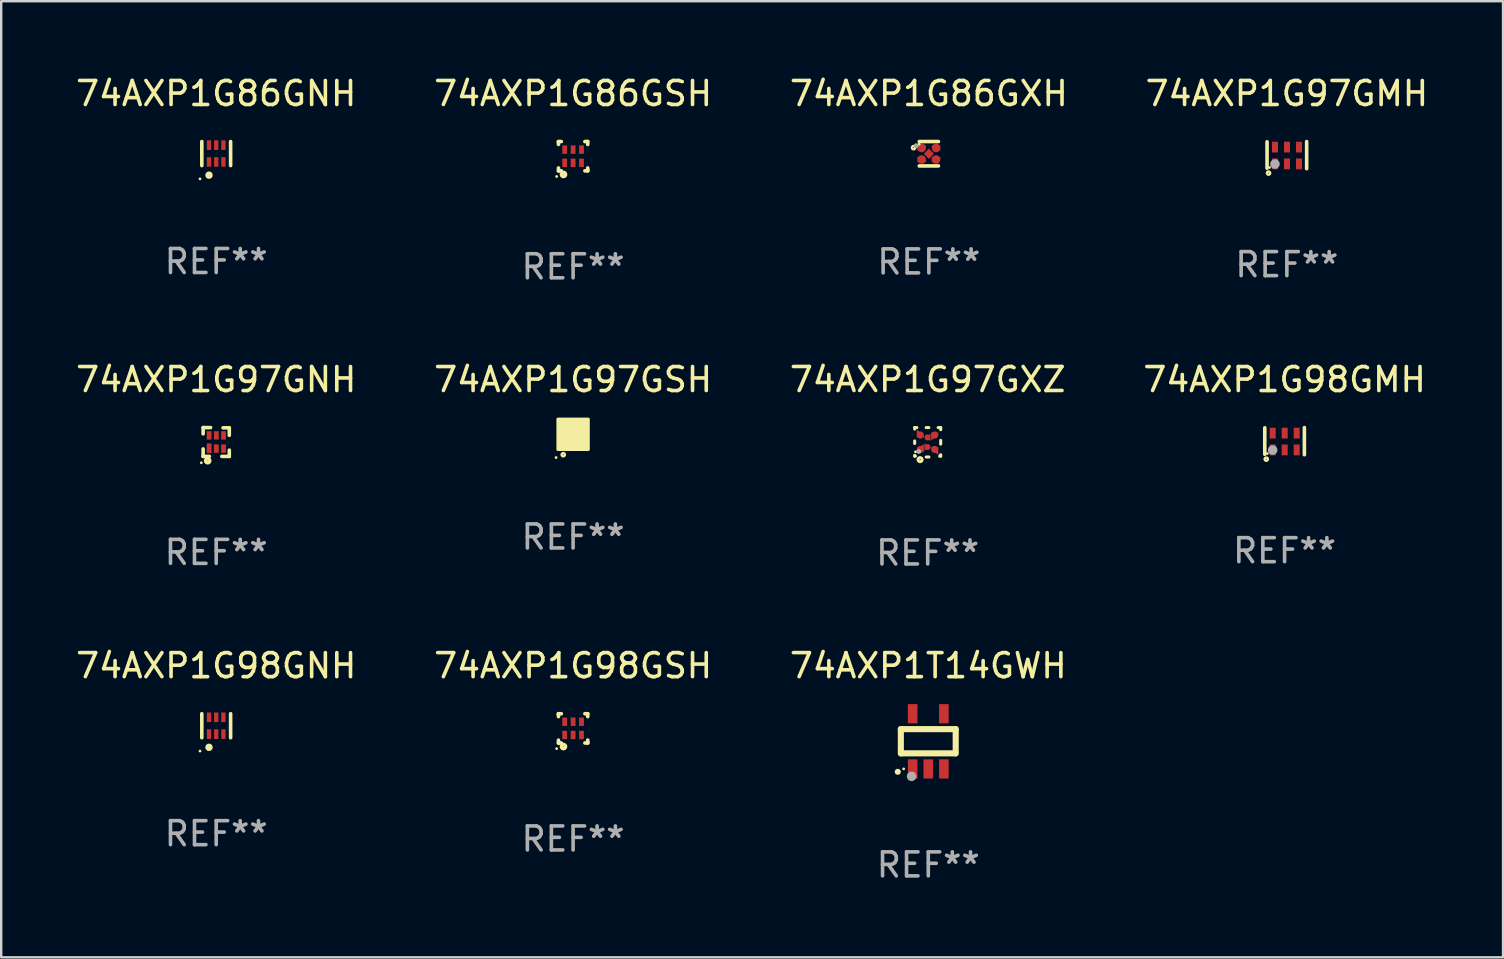
<source format=kicad_pcb>
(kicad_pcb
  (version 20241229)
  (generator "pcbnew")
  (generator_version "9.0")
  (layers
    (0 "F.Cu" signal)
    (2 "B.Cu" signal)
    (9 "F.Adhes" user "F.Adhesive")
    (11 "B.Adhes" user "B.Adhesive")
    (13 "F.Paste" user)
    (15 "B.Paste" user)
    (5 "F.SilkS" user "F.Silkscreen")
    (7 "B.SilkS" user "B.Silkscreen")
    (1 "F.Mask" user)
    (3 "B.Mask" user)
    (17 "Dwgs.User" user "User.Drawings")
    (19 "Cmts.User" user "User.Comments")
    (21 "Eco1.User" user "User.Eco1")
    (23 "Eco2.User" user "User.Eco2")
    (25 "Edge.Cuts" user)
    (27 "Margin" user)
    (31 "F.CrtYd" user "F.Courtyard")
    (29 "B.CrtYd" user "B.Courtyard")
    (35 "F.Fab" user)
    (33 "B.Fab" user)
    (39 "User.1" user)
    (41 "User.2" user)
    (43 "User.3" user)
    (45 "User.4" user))
  (footprint "74AXP1G97GMH"
    (layer "F.Cu")
    (at 50.565 3.413)
    (property "Reference" "74AXP1G97GMH" (at 0 -2.565 0) (layer "F.SilkS") (effects (font (size 1 1) (thickness 0.15))))
    (attr through_hole)
    (fp_line (start -0.825 -0.555) (end -0.825 0.545) (stroke (width 0.15) (type solid)) (layer "F.SilkS"))
    (fp_line (start 0.825 -0.565) (end 0.825 0.565) (stroke (width 0.15) (type solid)) (layer "F.SilkS"))
    (fp_circle (center -0.763 0.749) (end -0.695 0.749) (stroke (width 0.1) (type solid)) (fill no) (layer "F.SilkS"))
    (fp_circle (center -0.72 0.515) (end -0.69 0.515) (stroke (width 0.06) (type solid)) (fill no) (layer "F.SilkS"))
    (fp_circle (center -0.496 0.371) (end -0.396 0.371) (stroke (width 0.2) (type solid)) (fill no) (layer "F.Fab"))
    (fp_text user "REF**" (at 0 4.565 0) (layer "F.Fab") (effects (font (size 1 1) (thickness 0.15))))
    (pad "1" smd rect (at -0.495 0.365) (size 0.25 0.45) (layers "F.Cu" "F.Mask" "F.Paste"))
    (pad "2" smd rect (at 0.005 0.365) (size 0.25 0.45) (layers "F.Cu" "F.Mask" "F.Paste"))
    (pad "3" smd rect (at 0.505 0.365) (size 0.25 0.45) (layers "F.Cu" "F.Mask" "F.Paste"))
    (pad "4" smd rect (at 0.505 -0.335) (size 0.25 0.45) (layers "F.Cu" "F.Mask" "F.Paste"))
    (pad "5" smd rect (at 0.005 -0.335) (size 0.25 0.45) (layers "F.Cu" "F.Mask" "F.Paste"))
    (pad "6" smd rect (at -0.495 -0.335) (size 0.25 0.45) (layers "F.Cu" "F.Mask" "F.Paste")))
  (footprint "74AXP1G97GNH"
    (layer "F.Cu")
    (at 5.958 15.365)
    (property "Reference" "74AXP1G97GNH" (at 0 -2.6 0) (layer "F.SilkS") (effects (font (size 1 1) (thickness 0.15))))
    (attr through_hole)
    (fp_line (start -0.545 -0.6) (end -0.235 -0.6) (stroke (width 0.15) (type solid)) (layer "F.SilkS"))
    (fp_line (start -0.545 -0.34) (end -0.545 -0.6) (stroke (width 0.15) (type solid)) (layer "F.SilkS"))
    (fp_line (start -0.545 0.6) (end -0.545 0.29) (stroke (width 0.15) (type solid)) (layer "F.SilkS"))
    (fp_line (start -0.285 0.6) (end -0.545 0.6) (stroke (width 0.15) (type solid)) (layer "F.SilkS"))
    (fp_line (start 0.285 -0.59) (end 0.545 -0.59) (stroke (width 0.15) (type solid)) (layer "F.SilkS"))
    (fp_line (start 0.545 -0.59) (end 0.545 -0.28) (stroke (width 0.15) (type solid)) (layer "F.SilkS"))
    (fp_line (start 0.545 0.34) (end 0.545 0.6) (stroke (width 0.15) (type solid)) (layer "F.SilkS"))
    (fp_line (start 0.545 0.6) (end 0.235 0.6) (stroke (width 0.15) (type solid)) (layer "F.SilkS"))
    (fp_circle (center -0.62 0.865) (end -0.59 0.865) (stroke (width 0.06) (type solid)) (fill no) (layer "F.SilkS"))
    (fp_circle (center -0.355 0.78) (end -0.345 0.78) (stroke (width 0.15) (type solid)) (fill no) (layer "F.SilkS"))
    (fp_text user "REF**" (at 0 4.6 0) (layer "F.Fab") (effects (font (size 1 1) (thickness 0.15))))
    (pad "1" smd rect (at -0.295 0.26) (size 0.2 0.4) (layers "F.Cu" "F.Mask" "F.Paste"))
    (pad "2" smd rect (at 0.005 0.275) (size 0.2 0.35) (layers "F.Cu" "F.Mask" "F.Paste"))
    (pad "3" smd rect (at 0.305 0.275) (size 0.2 0.35) (layers "F.Cu" "F.Mask" "F.Paste"))
    (pad "4" smd rect (at 0.305 -0.275) (size 0.2 0.35) (layers "F.Cu" "F.Mask" "F.Paste"))
    (pad "5" smd rect (at 0.005 -0.275) (size 0.2 0.35) (layers "F.Cu" "F.Mask" "F.Paste"))
    (pad "6" smd rect (at -0.295 -0.275) (size 0.2 0.35) (layers "F.Cu" "F.Mask" "F.Paste")))
  (footprint "74AXP1G86GNH"
    (layer "F.Cu")
    (at 5.958 3.348)
    (property "Reference" "74AXP1G86GNH" (at 0 -2.5 0) (layer "F.SilkS") (effects (font (size 1 1) (thickness 0.15))))
    (attr through_hole)
    (fp_line (start -0.6 -0.5) (end -0.6 0.5) (stroke (width 0.15) (type solid)) (layer "F.SilkS"))
    (fp_line (start 0.6 0.5) (end 0.6 -0.5) (stroke (width 0.15) (type solid)) (layer "F.SilkS"))
    (fp_circle (center -0.675 1.055) (end -0.645 1.055) (stroke (width 0.06) (type solid)) (fill no) (layer "F.SilkS"))
    (fp_circle (center -0.3 0.9) (end -0.22 0.9) (stroke (width 0.15) (type solid)) (fill no) (layer "F.SilkS"))
    (fp_text user "REF**" (at 0 4.5 0) (layer "F.Fab") (effects (font (size 1 1) (thickness 0.15))))
    (pad "1" smd rect (at -0.3 0.35) (size 0.18 0.4) (layers "F.Cu" "F.Mask" "F.Paste"))
    (pad "2" smd rect (at 0.000025 0.35) (size 0.18 0.4) (layers "F.Cu" "F.Mask" "F.Paste"))
    (pad "3" smd rect (at 0.3 0.35) (size 0.18 0.4) (layers "F.Cu" "F.Mask" "F.Paste"))
    (pad "4" smd rect (at 0.3 -0.35) (size 0.18 0.4) (layers "F.Cu" "F.Mask" "F.Paste"))
    (pad "5" smd rect (at 0.000025 -0.35) (size 0.18 0.4) (layers "F.Cu" "F.Mask" "F.Paste"))
    (pad "6" smd rect (at -0.3 -0.35) (size 0.18 0.4) (layers "F.Cu" "F.Mask" "F.Paste")))
  (footprint "74AXP1G98GNH"
    (layer "F.Cu")
    (at 5.958 27.186)
    (property "Reference" "74AXP1G98GNH" (at 0 -2.5 0) (layer "F.SilkS") (effects (font (size 1 1) (thickness 0.15))))
    (attr through_hole)
    (fp_line (start -0.6 -0.5) (end -0.6 0.5) (stroke (width 0.15) (type solid)) (layer "F.SilkS"))
    (fp_line (start 0.6 0.5) (end 0.6 -0.5) (stroke (width 0.15) (type solid)) (layer "F.SilkS"))
    (fp_circle (center -0.675 1.055) (end -0.645 1.055) (stroke (width 0.06) (type solid)) (fill no) (layer "F.SilkS"))
    (fp_circle (center -0.3 0.9) (end -0.22 0.9) (stroke (width 0.15) (type solid)) (fill no) (layer "F.SilkS"))
    (fp_text user "REF**" (at 0 4.5 0) (layer "F.Fab") (effects (font (size 1 1) (thickness 0.15))))
    (pad "1" smd rect (at -0.3 0.35) (size 0.18 0.4) (layers "F.Cu" "F.Mask" "F.Paste"))
    (pad "2" smd rect (at 0.000025 0.35) (size 0.18 0.4) (layers "F.Cu" "F.Mask" "F.Paste"))
    (pad "3" smd rect (at 0.3 0.35) (size 0.18 0.4) (layers "F.Cu" "F.Mask" "F.Paste"))
    (pad "4" smd rect (at 0.3 -0.35) (size 0.18 0.4) (layers "F.Cu" "F.Mask" "F.Paste"))
    (pad "5" smd rect (at 0.000025 -0.35) (size 0.18 0.4) (layers "F.Cu" "F.Mask" "F.Paste"))
    (pad "6" smd rect (at -0.3 -0.35) (size 0.18 0.4) (layers "F.Cu" "F.Mask" "F.Paste")))
  (footprint "74AXP1T14GWH"
    (layer "F.Cu")
    (at 35.625 27.836)
    (property "Reference" "74AXP1T14GWH" (at 0 -3.15 0) (layer "F.SilkS") (effects (font (size 1 1) (thickness 0.15))))
    (attr through_hole)
    (fp_line (start -1.143 -0.508) (end -1.143 0.508) (stroke (width 0.254) (type solid)) (layer "F.SilkS"))
    (fp_line (start -1.1 0.5) (end 1.1 0.5) (stroke (width 0.254) (type solid)) (layer "F.SilkS"))
    (fp_line (start 1.143 -0.508) (end -1.143 -0.508) (stroke (width 0.254) (type solid)) (layer "F.SilkS"))
    (fp_line (start 1.143 0.508) (end 1.143 -0.508) (stroke (width 0.254) (type solid)) (layer "F.SilkS"))
    (fp_arc (start -1.272543 1.26999) (mid -1.271273 1.269983) (end -1.270003 1.26999) (stroke (width 0.24892) (type solid)) (layer "F.SilkS"))
    (fp_circle (center -1.024 1.149) (end -0.994 1.149) (stroke (width 0.06) (type solid)) (fill no) (layer "F.SilkS"))
    (fp_circle (center -0.695 1.459) (end -0.595 1.459) (stroke (width 0.2) (type solid)) (fill no) (layer "F.Fab"))
    (fp_text user "REF**" (at 0 5.15 0) (layer "F.Fab") (effects (font (size 1 1) (thickness 0.15))))
    (pad "1" smd rect (at -0.65 1.15) (size 0.4 0.8) (layers "F.Cu" "F.Mask" "F.Paste"))
    (pad "2" smd rect (at 0 1.15) (size 0.4 0.8) (layers "F.Cu" "F.Mask" "F.Paste"))
    (pad "3" smd rect (at 0.65 1.15) (size 0.4 0.8) (layers "F.Cu" "F.Mask" "F.Paste"))
    (pad "4" smd rect (at 0.65 -1.15) (size 0.4 0.8) (layers "F.Cu" "F.Mask" "F.Paste"))
    (pad "5" smd rect (at -0.65 -1.15) (size 0.4 0.8) (layers "F.Cu" "F.Mask" "F.Paste")))
  (footprint "74AXP1G86GXH"
    (layer "F.Cu")
    (at 35.649 3.356)
    (property "Reference" "74AXP1G86GXH" (at 0 -2.508 0) (layer "F.SilkS") (effects (font (size 1 1) (thickness 0.15))))
    (attr through_hole)
    (fp_line (start 0.4 -0.508) (end -0.4 -0.508) (stroke (width 0.15) (type solid)) (layer "F.SilkS"))
    (fp_line (start 0.4 0.508) (end -0.4 0.508) (stroke (width 0.15) (type solid)) (layer "F.SilkS"))
    (fp_circle (center -0.635 -0.254) (end -0.615 -0.254) (stroke (width 0.1) (type solid)) (fill no) (layer "F.SilkS"))
    (fp_circle (center -0.401 -0.4) (end -0.371 -0.4) (stroke (width 0.06) (type solid)) (fill no) (layer "F.SilkS"))
    (fp_circle (center -0.523 -0.337) (end -0.473 -0.337) (stroke (width 0.1) (type solid)) (fill no) (layer "F.Fab"))
    (fp_text user "REF**" (at 0 4.508 0) (layer "F.Fab") (effects (font (size 1 1) (thickness 0.15))))
    (pad "1" smd custom (at -0.3 -0.24) (size 0.36 0.22) (layers "F.Cu" "F.Mask" "F.Paste") (options (anchor circle)) (primitives (gr_poly (pts (xy -0.18 -0.11) (xy -0.18 0.11) (xy 0.000127 0.11) (xy 0.18 -0.03) (xy 0.18 -0.11) (xy -0.18 -0.11)) (width 0) (fill yes))))
    (pad "2" smd custom (at -0.3 0.24) (size 0.36 0.22) (layers "F.Cu" "F.Mask" "F.Paste") (options (anchor circle)) (primitives (gr_poly (pts (xy -0.18 0.11) (xy -0.18 -0.11) (xy 0.000127 -0.11) (xy 0.18 0.03) (xy 0.18 0.11) (xy -0.18 0.11)) (width 0) (fill yes))))
    (pad "3" smd rect (at 0.000102 -0.000127 45) (size 0.3 0.3) (layers "F.Cu" "F.Mask" "F.Paste"))
    (pad "4" smd custom (at 0.3 0.24 180) (size 0.36 0.22) (layers "F.Cu" "F.Mask" "F.Paste") (options (anchor circle)) (primitives (gr_poly (pts (xy 0.18 0.11) (xy 0.18 -0.11) (xy -0.000178 -0.11) (xy -0.18 0.03) (xy -0.18 0.11) (xy 0.18 0.11)) (width 0) (fill yes))))
    (pad "5" smd custom (at 0.3 -0.24) (size 0.36 0.22) (layers "F.Cu" "F.Mask" "F.Paste") (options (anchor circle)) (primitives (gr_poly (pts (xy 0.18 -0.11) (xy 0.18 0.11) (xy -0.000152 0.11) (xy -0.18 -0.03) (xy -0.18 -0.11) (xy 0.18 -0.11)) (width 0) (fill yes)))))
  (footprint "74AXP1G86GSH"
    (layer "F.Cu")
    (at 20.827 3.458)
    (property "Reference" "74AXP1G86GSH" (at 0 -2.61 0) (layer "F.SilkS") (effects (font (size 1 1) (thickness 0.15))))
    (attr through_hole)
    (fp_line (start -0.61 -0.61) (end -0.49 -0.61) (stroke (width 0.15) (type solid)) (layer "F.SilkS"))
    (fp_line (start -0.61 -0.58) (end -0.61 -0.61) (stroke (width 0.15) (type solid)) (layer "F.SilkS"))
    (fp_line (start -0.61 -0.49) (end -0.61 -0.58) (stroke (width 0.15) (type solid)) (layer "F.SilkS"))
    (fp_line (start -0.61 0.61) (end -0.61 0.491) (stroke (width 0.15) (type solid)) (layer "F.SilkS"))
    (fp_line (start -0.58 0.61) (end -0.61 0.61) (stroke (width 0.15) (type solid)) (layer "F.SilkS"))
    (fp_line (start -0.49 0.61) (end -0.58 0.61) (stroke (width 0.15) (type solid)) (layer "F.SilkS"))
    (fp_line (start 0.49 -0.61) (end 0.58 -0.61) (stroke (width 0.15) (type solid)) (layer "F.SilkS"))
    (fp_line (start 0.58 -0.61) (end 0.61 -0.61) (stroke (width 0.15) (type solid)) (layer "F.SilkS"))
    (fp_line (start 0.61 -0.61) (end 0.61 -0.49) (stroke (width 0.15) (type solid)) (layer "F.SilkS"))
    (fp_line (start 0.61 0.49) (end 0.61 0.58) (stroke (width 0.15) (type solid)) (layer "F.SilkS"))
    (fp_line (start 0.61 0.58) (end 0.61 0.61) (stroke (width 0.15) (type solid)) (layer "F.SilkS"))
    (fp_line (start 0.61 0.61) (end 0.491 0.61) (stroke (width 0.15) (type solid)) (layer "F.SilkS"))
    (fp_circle (center -0.685 0.845) (end -0.655 0.845) (stroke (width 0.06) (type solid)) (fill no) (layer "F.SilkS"))
    (fp_circle (center -0.4 0.76) (end -0.39 0.76) (stroke (width 0.15) (type solid)) (fill no) (layer "F.SilkS"))
    (fp_text user "REF**" (at 0 4.61 0) (layer "F.Fab") (effects (font (size 1 1) (thickness 0.15))))
    (pad "1" smd rect (at -0.35 0.275) (size 0.2 0.35) (layers "F.Cu" "F.Mask" "F.Paste"))
    (pad "2" smd rect (at -0.000038 0.275) (size 0.2 0.35) (layers "F.Cu" "F.Mask" "F.Paste"))
    (pad "3" smd rect (at 0.35 0.275) (size 0.2 0.35) (layers "F.Cu" "F.Mask" "F.Paste"))
    (pad "4" smd rect (at 0.35 -0.275) (size 0.2 0.35) (layers "F.Cu" "F.Mask" "F.Paste"))
    (pad "5" smd rect (at -0.000038 -0.275) (size 0.2 0.35) (layers "F.Cu" "F.Mask" "F.Paste"))
    (pad "6" smd rect (at -0.35 -0.275) (size 0.2 0.35) (layers "F.Cu" "F.Mask" "F.Paste")))
  (footprint "74AXP1G98GMH"
    (layer "F.Cu")
    (at 50.47 15.33)
    (property "Reference" "74AXP1G98GMH" (at 0 -2.565 0) (layer "F.SilkS") (effects (font (size 1 1) (thickness 0.15))))
    (attr through_hole)
    (fp_line (start -0.825 -0.555) (end -0.825 0.545) (stroke (width 0.15) (type solid)) (layer "F.SilkS"))
    (fp_line (start 0.825 -0.565) (end 0.825 0.565) (stroke (width 0.15) (type solid)) (layer "F.SilkS"))
    (fp_circle (center -0.763 0.749) (end -0.695 0.749) (stroke (width 0.1) (type solid)) (fill no) (layer "F.SilkS"))
    (fp_circle (center -0.72 0.515) (end -0.69 0.515) (stroke (width 0.06) (type solid)) (fill no) (layer "F.SilkS"))
    (fp_circle (center -0.496 0.371) (end -0.396 0.371) (stroke (width 0.2) (type solid)) (fill no) (layer "F.Fab"))
    (fp_text user "REF**" (at 0 4.565 0) (layer "F.Fab") (effects (font (size 1 1) (thickness 0.15))))
    (pad "1" smd rect (at -0.495 0.365) (size 0.25 0.45) (layers "F.Cu" "F.Mask" "F.Paste"))
    (pad "2" smd rect (at 0.005 0.365) (size 0.25 0.45) (layers "F.Cu" "F.Mask" "F.Paste"))
    (pad "3" smd rect (at 0.505 0.365) (size 0.25 0.45) (layers "F.Cu" "F.Mask" "F.Paste"))
    (pad "4" smd rect (at 0.505 -0.335) (size 0.25 0.45) (layers "F.Cu" "F.Mask" "F.Paste"))
    (pad "5" smd rect (at 0.005 -0.335) (size 0.25 0.45) (layers "F.Cu" "F.Mask" "F.Paste"))
    (pad "6" smd rect (at -0.495 -0.335) (size 0.25 0.45) (layers "F.Cu" "F.Mask" "F.Paste")))
  (footprint "74AXP1G97GSH"
    (layer "F.Cu")
    (at 20.827 15.045)
    (property "Reference" "74AXP1G97GSH" (at 0 -2.28 0) (layer "F.SilkS") (effects (font (size 1 1) (thickness 0.15))))
    (attr through_hole)
    (fp_circle (center -0.71 0.968) (end -0.68 0.968) (stroke (width 0.06) (type solid)) (fill no) (layer "F.SilkS"))
    (fp_circle (center -0.41 0.85) (end -0.342 0.85) (stroke (width 0.1) (type solid)) (fill no) (layer "F.SilkS"))
    (fp_poly (pts (xy -0.635 -0.635) (xy 0.635 -0.635) (xy 0.635 0.635) (xy -0.635 0.635)) (stroke (width 0.12) (type solid)) (fill yes) (layer "F.SilkS"))
    (fp_text user "REF**" (at 0 4.28 0) (layer "F.Fab") (effects (font (size 1 1) (thickness 0.15))))
    (pad "1" smd rect (at -0.35 0.28 90) (size 0.35 0.2) (layers "F.Cu" "F.Mask" "F.Paste"))
    (pad "2" smd rect (at 0 0.28 90) (size 0.35 0.2) (layers "F.Cu" "F.Mask" "F.Paste"))
    (pad "3" smd rect (at 0.35 0.28 90) (size 0.35 0.2) (layers "F.Cu" "F.Mask" "F.Paste"))
    (pad "4" smd rect (at 0.35 -0.28 90) (size 0.35 0.2) (layers "F.Cu" "F.Mask" "F.Paste"))
    (pad "5" smd rect (at 0 -0.28 90) (size 0.35 0.2) (layers "F.Cu" "F.Mask" "F.Paste"))
    (pad "6" smd rect (at -0.35 -0.28 90) (size 0.35 0.2) (layers "F.Cu" "F.Mask" "F.Paste")))
  (footprint "74AXP1G97GXZ"
    (layer "F.Cu")
    (at 35.601 15.377)
    (property "Reference" "74AXP1G97GXZ" (at 0 -2.613 0) (layer "F.SilkS") (effects (font (size 1 1) (thickness 0.15))))
    (attr through_hole)
    (fp_line (start -0.542 -0.613) (end -0.451 -0.613) (stroke (width 0.127) (type solid)) (layer "F.SilkS"))
    (fp_line (start -0.542 -0.55) (end -0.542 -0.613) (stroke (width 0.127) (type solid)) (layer "F.SilkS"))
    (fp_line (start -0.542 0.05) (end -0.542 -0.055) (stroke (width 0.127) (type solid)) (layer "F.SilkS"))
    (fp_line (start -0.542 0.577) (end -0.542 0.545) (stroke (width 0.127) (type solid)) (layer "F.SilkS"))
    (fp_line (start -0.512 0.577) (end -0.542 0.577) (stroke (width 0.127) (type solid)) (layer "F.SilkS"))
    (fp_line (start -0.064 -0.613) (end 0.049 -0.613) (stroke (width 0.127) (type solid)) (layer "F.SilkS"))
    (fp_line (start -0.062 0.613) (end 0.051 0.613) (stroke (width 0.127) (type solid)) (layer "F.SilkS"))
    (fp_line (start 0.436 -0.613) (end 0.542 -0.613) (stroke (width 0.127) (type solid)) (layer "F.SilkS"))
    (fp_line (start 0.542 -0.613) (end 0.542 -0.524) (stroke (width 0.127) (type solid)) (layer "F.SilkS"))
    (fp_line (start 0.542 -0.081) (end 0.542 0.076) (stroke (width 0.127) (type solid)) (layer "F.SilkS"))
    (fp_line (start 0.542 0.519) (end 0.542 0.577) (stroke (width 0.127) (type solid)) (layer "F.SilkS"))
    (fp_line (start 0.542 0.577) (end 0.497 0.577) (stroke (width 0.127) (type solid)) (layer "F.SilkS"))
    (fp_circle (center -0.508 0.397) (end -0.478 0.397) (stroke (width 0.06) (type solid)) (fill no) (layer "F.SilkS"))
    (fp_circle (center -0.317 0.723) (end -0.296 0.723) (stroke (width 0.127) (type solid)) (fill no) (layer "F.SilkS"))
    (fp_circle (center -0.373 0.382) (end -0.322 0.382) (stroke (width 0.1) (type solid)) (fill no) (layer "F.Fab"))
    (fp_text user "REF**" (at 0 4.613 0) (layer "F.Fab") (effects (font (size 1 1) (thickness 0.15))))
    (pad "1" smd custom (at -0.308 0.298 90) (size 0.3 0.3) (layers "F.Cu" "F.Mask" "F.Paste") (options (anchor circle)) (primitives (gr_poly (pts (xy -0.1 0.15) (xy 0.2 0.15) (xy 0.2 0.1) (xy -0.05 -0.15) (xy -0.1 -0.15)) (width 0) (fill yes))))
    (pad "2" smd custom (at -0.008 0.197 90) (size 0.25 0.3) (layers "F.Cu" "F.Mask" "F.Paste") (options (anchor circle)) (primitives (gr_poly (pts (xy -0.15 -0.125) (xy 0.15 -0.125) (xy 0.000076 0.125)) (width 0) (fill yes))))
    (pad "3" smd custom (at 0.292 0.298 90) (size 0.3 0.3) (layers "F.Cu" "F.Mask" "F.Paste") (options (anchor circle)) (primitives (gr_poly (pts (xy 0.1 0.15) (xy 0.1 -0.15) (xy 0.05 -0.15) (xy -0.2 0.1) (xy -0.2 0.15)) (width 0) (fill yes))))
    (pad "4" smd custom (at 0.292 -0.302 90) (size 0.3 0.3) (layers "F.Cu" "F.Mask" "F.Paste") (options (anchor circle)) (primitives (gr_poly (pts (xy 0.1 -0.15) (xy -0.2 -0.15) (xy -0.2 -0.1) (xy 0.05 0.15) (xy 0.1 0.15)) (width 0) (fill yes))))
    (pad "5" smd custom (at -0.008 -0.202 90) (size 0.25 0.3) (layers "F.Cu" "F.Mask" "F.Paste") (options (anchor circle)) (primitives (gr_poly (pts (xy -0.15 0.125) (xy 0.15 0.125) (xy 0.000051 -0.125)) (width 0) (fill yes))))
    (pad "6" smd custom (at -0.308 -0.302 90) (size 0.3 0.3) (layers "F.Cu" "F.Mask" "F.Paste") (options (anchor circle)) (primitives (gr_poly (pts (xy -0.1 -0.15) (xy 0.2 -0.15) (xy 0.2 -0.1) (xy -0.05 0.15) (xy -0.1 0.15)) (width 0) (fill yes)))))
  (footprint "74AXP1G98GSH"
    (layer "F.Cu")
    (at 20.827 27.296)
    (property "Reference" "74AXP1G98GSH" (at 0 -2.61 0) (layer "F.SilkS") (effects (font (size 1 1) (thickness 0.15))))
    (attr through_hole)
    (fp_line (start -0.61 -0.61) (end -0.49 -0.61) (stroke (width 0.15) (type solid)) (layer "F.SilkS"))
    (fp_line (start -0.61 -0.58) (end -0.61 -0.61) (stroke (width 0.15) (type solid)) (layer "F.SilkS"))
    (fp_line (start -0.61 -0.49) (end -0.61 -0.58) (stroke (width 0.15) (type solid)) (layer "F.SilkS"))
    (fp_line (start -0.61 0.61) (end -0.61 0.491) (stroke (width 0.15) (type solid)) (layer "F.SilkS"))
    (fp_line (start -0.58 0.61) (end -0.61 0.61) (stroke (width 0.15) (type solid)) (layer "F.SilkS"))
    (fp_line (start -0.49 0.61) (end -0.58 0.61) (stroke (width 0.15) (type solid)) (layer "F.SilkS"))
    (fp_line (start 0.49 -0.61) (end 0.58 -0.61) (stroke (width 0.15) (type solid)) (layer "F.SilkS"))
    (fp_line (start 0.58 -0.61) (end 0.61 -0.61) (stroke (width 0.15) (type solid)) (layer "F.SilkS"))
    (fp_line (start 0.61 -0.61) (end 0.61 -0.49) (stroke (width 0.15) (type solid)) (layer "F.SilkS"))
    (fp_line (start 0.61 0.49) (end 0.61 0.58) (stroke (width 0.15) (type solid)) (layer "F.SilkS"))
    (fp_line (start 0.61 0.58) (end 0.61 0.61) (stroke (width 0.15) (type solid)) (layer "F.SilkS"))
    (fp_line (start 0.61 0.61) (end 0.491 0.61) (stroke (width 0.15) (type solid)) (layer "F.SilkS"))
    (fp_circle (center -0.685 0.845) (end -0.655 0.845) (stroke (width 0.06) (type solid)) (fill no) (layer "F.SilkS"))
    (fp_circle (center -0.4 0.76) (end -0.39 0.76) (stroke (width 0.15) (type solid)) (fill no) (layer "F.SilkS"))
    (fp_text user "REF**" (at 0 4.61 0) (layer "F.Fab") (effects (font (size 1 1) (thickness 0.15))))
    (pad "1" smd rect (at -0.35 0.275) (size 0.2 0.35) (layers "F.Cu" "F.Mask" "F.Paste"))
    (pad "2" smd rect (at -0.000038 0.275) (size 0.2 0.35) (layers "F.Cu" "F.Mask" "F.Paste"))
    (pad "3" smd rect (at 0.35 0.275) (size 0.2 0.35) (layers "F.Cu" "F.Mask" "F.Paste"))
    (pad "4" smd rect (at 0.35 -0.275) (size 0.2 0.35) (layers "F.Cu" "F.Mask" "F.Paste"))
    (pad "5" smd rect (at -0.000038 -0.275) (size 0.2 0.35) (layers "F.Cu" "F.Mask" "F.Paste"))
    (pad "6" smd rect (at -0.35 -0.275) (size 0.2 0.35) (layers "F.Cu" "F.Mask" "F.Paste")))
  (gr_rect
    (start -3 -3)
    (end 59.571 36.835)
    (stroke (width 0.1) (type default))
    (fill no)
    (layer "Edge.Cuts")))
</source>
